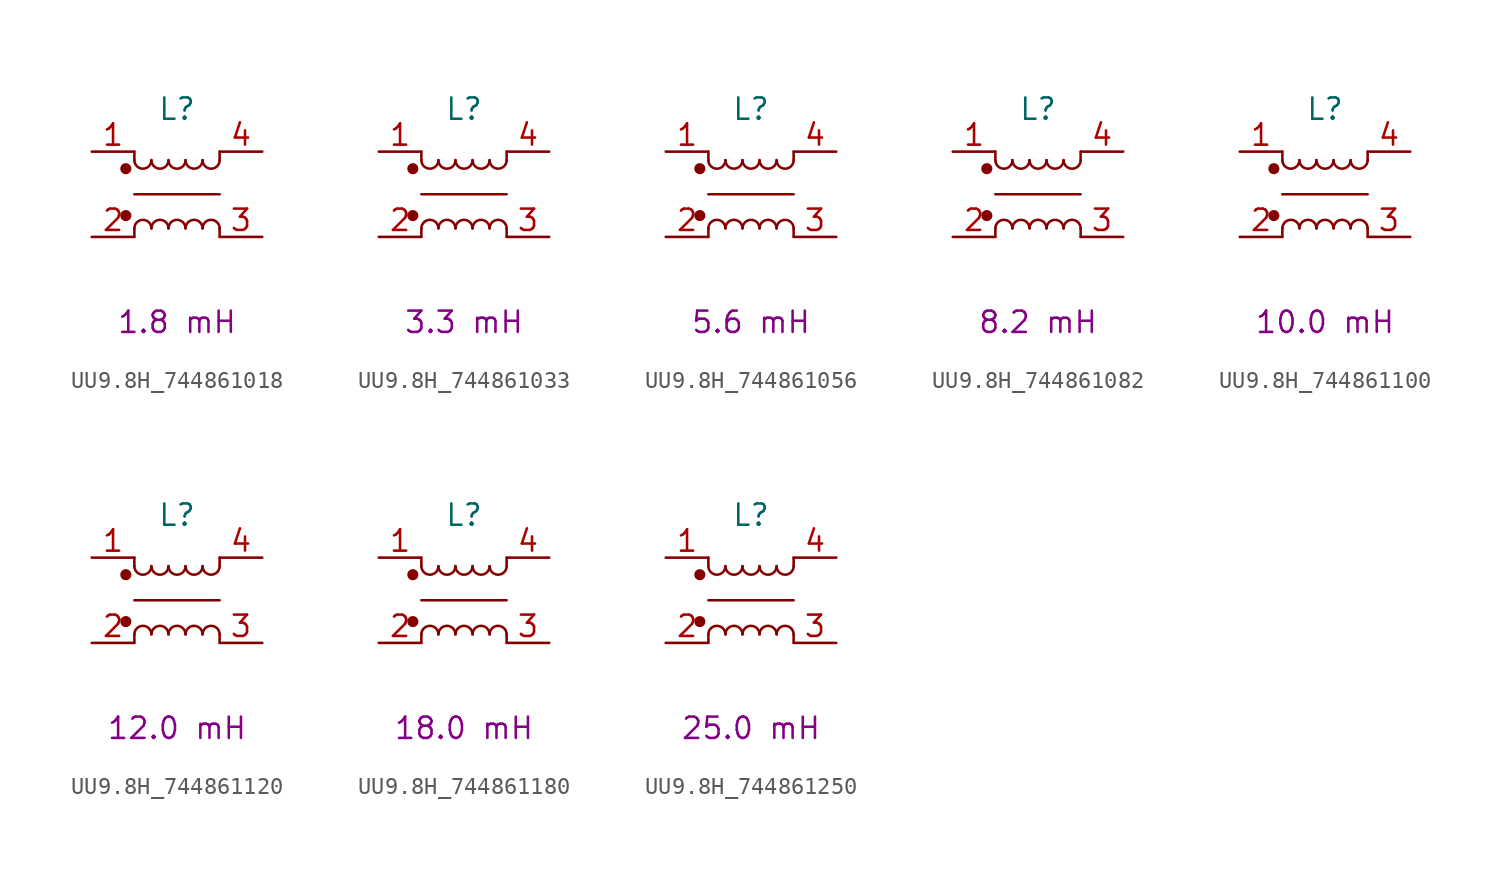
<source format=kicad_sym>
(kicad_symbol_lib
  (version 20220914)
  (generator kicad_symbol_editor)
  (symbol "UU9.8H_744861018"
    (pin_names hide)
    (property "Reference" "L"
      (at 0 5.08 0)
      (effects (font (size 1.27 1.27))))
    (property "Critical Parameter" "1.8 mH"
      (at 0 -7.62 0)
      (effects (font (size 1.27 1.27))))
    (symbol "UU9.8H_744861018_0_1"
      (circle (center -3.048 -1.27) (radius 0.254) (stroke (width 0) (type default)) (fill (type outline)))
      (circle (center -3.048 1.524) (radius 0.254) (stroke (width 0) (type default)) (fill (type outline)))
      (arc (start -2.54 2.032) (mid -2.032 1.5262) (end -1.524 2.032) (stroke (width 0) (type default)) (fill (type none)))
      (arc (start -1.524 -2.032) (mid -2.032 -1.5262) (end -2.54 -2.032) (stroke (width 0) (type default)) (fill (type none)))
      (arc (start -1.524 2.032) (mid -1.016 1.5262) (end -0.508 2.032) (stroke (width 0) (type default)) (fill (type none)))
      (arc (start -0.508 -2.032) (mid -1.016 -1.5262) (end -1.524 -2.032) (stroke (width 0) (type default)) (fill (type none)))
      (arc (start -0.508 2.032) (mid 0 1.5262) (end 0.508 2.032) (stroke (width 0) (type default)) (fill (type none)))
      (polyline (pts (xy -2.54 -2.032) (xy -2.54 -2.54)) (stroke (width 0) (type default)) (fill (type none)))
      (polyline (pts (xy -2.54 2.032) (xy -2.54 2.54)) (stroke (width 0) (type default)) (fill (type none)))
      (polyline (pts (xy 2.54 -2.032) (xy 2.54 -2.54)) (stroke (width 0) (type default)) (fill (type none)))
      (polyline (pts (xy 2.54 0) (xy -2.54 0)) (stroke (width 0) (type default)) (fill (type none)))
      (polyline (pts (xy 2.54 2.54) (xy 2.54 2.032)) (stroke (width 0) (type default)) (fill (type none)))
      (arc (start 0.508 -2.032) (mid 0 -1.5262) (end -0.508 -2.032) (stroke (width 0) (type default)) (fill (type none)))
      (arc (start 0.508 2.032) (mid 1.016 1.5262) (end 1.524 2.032) (stroke (width 0) (type default)) (fill (type none)))
      (arc (start 1.524 -2.032) (mid 1.016 -1.5262) (end 0.508 -2.032) (stroke (width 0) (type default)) (fill (type none)))
      (arc (start 1.524 2.032) (mid 2.032 1.5262) (end 2.54 2.032) (stroke (width 0) (type default)) (fill (type none)))
      (arc (start 2.54 -2.032) (mid 2.032 -1.5262) (end 1.524 -2.032) (stroke (width 0) (type default)) (fill (type none))))
    (symbol "UU9.8H_744861018_1_1"
      (pin passive line (at -5.08 2.54 0) (length 2.54) (name "1" (effects (font (size 1.27 1.27)))) (number "1" (effects (font (size 1.27 1.27)))))
      (pin passive line (at -5.08 -2.54 0) (length 2.54) (name "2" (effects (font (size 1.27 1.27)))) (number "2" (effects (font (size 1.27 1.27)))))
      (pin passive line (at 5.08 -2.54 180) (length 2.54) (name "3" (effects (font (size 1.27 1.27)))) (number "3" (effects (font (size 1.27 1.27)))))
      (pin passive line (at 5.08 2.54 180) (length 2.54) (name "4" (effects (font (size 1.27 1.27)))) (number "4" (effects (font (size 1.27 1.27)))))))
  (symbol "UU9.8H_744861033"
    (pin_names hide)
    (property "Reference" "L"
      (at 0 5.08 0)
      (effects (font (size 1.27 1.27))))
    (property "Critical Parameter" "3.3 mH"
      (at 0 -7.62 0)
      (effects (font (size 1.27 1.27))))
    (symbol "UU9.8H_744861033_0_1"
      (circle (center -3.048 -1.27) (radius 0.254) (stroke (width 0) (type default)) (fill (type outline)))
      (circle (center -3.048 1.524) (radius 0.254) (stroke (width 0) (type default)) (fill (type outline)))
      (arc (start -2.54 2.032) (mid -2.032 1.5262) (end -1.524 2.032) (stroke (width 0) (type default)) (fill (type none)))
      (arc (start -1.524 -2.032) (mid -2.032 -1.5262) (end -2.54 -2.032) (stroke (width 0) (type default)) (fill (type none)))
      (arc (start -1.524 2.032) (mid -1.016 1.5262) (end -0.508 2.032) (stroke (width 0) (type default)) (fill (type none)))
      (arc (start -0.508 -2.032) (mid -1.016 -1.5262) (end -1.524 -2.032) (stroke (width 0) (type default)) (fill (type none)))
      (arc (start -0.508 2.032) (mid 0 1.5262) (end 0.508 2.032) (stroke (width 0) (type default)) (fill (type none)))
      (polyline (pts (xy -2.54 -2.032) (xy -2.54 -2.54)) (stroke (width 0) (type default)) (fill (type none)))
      (polyline (pts (xy -2.54 2.032) (xy -2.54 2.54)) (stroke (width 0) (type default)) (fill (type none)))
      (polyline (pts (xy 2.54 -2.032) (xy 2.54 -2.54)) (stroke (width 0) (type default)) (fill (type none)))
      (polyline (pts (xy 2.54 0) (xy -2.54 0)) (stroke (width 0) (type default)) (fill (type none)))
      (polyline (pts (xy 2.54 2.54) (xy 2.54 2.032)) (stroke (width 0) (type default)) (fill (type none)))
      (arc (start 0.508 -2.032) (mid 0 -1.5262) (end -0.508 -2.032) (stroke (width 0) (type default)) (fill (type none)))
      (arc (start 0.508 2.032) (mid 1.016 1.5262) (end 1.524 2.032) (stroke (width 0) (type default)) (fill (type none)))
      (arc (start 1.524 -2.032) (mid 1.016 -1.5262) (end 0.508 -2.032) (stroke (width 0) (type default)) (fill (type none)))
      (arc (start 1.524 2.032) (mid 2.032 1.5262) (end 2.54 2.032) (stroke (width 0) (type default)) (fill (type none)))
      (arc (start 2.54 -2.032) (mid 2.032 -1.5262) (end 1.524 -2.032) (stroke (width 0) (type default)) (fill (type none))))
    (symbol "UU9.8H_744861033_1_1"
      (pin passive line (at -5.08 2.54 0) (length 2.54) (name "1" (effects (font (size 1.27 1.27)))) (number "1" (effects (font (size 1.27 1.27)))))
      (pin passive line (at -5.08 -2.54 0) (length 2.54) (name "2" (effects (font (size 1.27 1.27)))) (number "2" (effects (font (size 1.27 1.27)))))
      (pin passive line (at 5.08 -2.54 180) (length 2.54) (name "3" (effects (font (size 1.27 1.27)))) (number "3" (effects (font (size 1.27 1.27)))))
      (pin passive line (at 5.08 2.54 180) (length 2.54) (name "4" (effects (font (size 1.27 1.27)))) (number "4" (effects (font (size 1.27 1.27)))))))
  (symbol "UU9.8H_744861056"
    (pin_names hide)
    (property "Reference" "L"
      (at 0 5.08 0)
      (effects (font (size 1.27 1.27))))
    (property "Critical Parameter" "5.6 mH"
      (at 0 -7.62 0)
      (effects (font (size 1.27 1.27))))
    (symbol "UU9.8H_744861056_0_1"
      (circle (center -3.048 -1.27) (radius 0.254) (stroke (width 0) (type default)) (fill (type outline)))
      (circle (center -3.048 1.524) (radius 0.254) (stroke (width 0) (type default)) (fill (type outline)))
      (arc (start -2.54 2.032) (mid -2.032 1.5262) (end -1.524 2.032) (stroke (width 0) (type default)) (fill (type none)))
      (arc (start -1.524 -2.032) (mid -2.032 -1.5262) (end -2.54 -2.032) (stroke (width 0) (type default)) (fill (type none)))
      (arc (start -1.524 2.032) (mid -1.016 1.5262) (end -0.508 2.032) (stroke (width 0) (type default)) (fill (type none)))
      (arc (start -0.508 -2.032) (mid -1.016 -1.5262) (end -1.524 -2.032) (stroke (width 0) (type default)) (fill (type none)))
      (arc (start -0.508 2.032) (mid 0 1.5262) (end 0.508 2.032) (stroke (width 0) (type default)) (fill (type none)))
      (polyline (pts (xy -2.54 -2.032) (xy -2.54 -2.54)) (stroke (width 0) (type default)) (fill (type none)))
      (polyline (pts (xy -2.54 2.032) (xy -2.54 2.54)) (stroke (width 0) (type default)) (fill (type none)))
      (polyline (pts (xy 2.54 -2.032) (xy 2.54 -2.54)) (stroke (width 0) (type default)) (fill (type none)))
      (polyline (pts (xy 2.54 0) (xy -2.54 0)) (stroke (width 0) (type default)) (fill (type none)))
      (polyline (pts (xy 2.54 2.54) (xy 2.54 2.032)) (stroke (width 0) (type default)) (fill (type none)))
      (arc (start 0.508 -2.032) (mid 0 -1.5262) (end -0.508 -2.032) (stroke (width 0) (type default)) (fill (type none)))
      (arc (start 0.508 2.032) (mid 1.016 1.5262) (end 1.524 2.032) (stroke (width 0) (type default)) (fill (type none)))
      (arc (start 1.524 -2.032) (mid 1.016 -1.5262) (end 0.508 -2.032) (stroke (width 0) (type default)) (fill (type none)))
      (arc (start 1.524 2.032) (mid 2.032 1.5262) (end 2.54 2.032) (stroke (width 0) (type default)) (fill (type none)))
      (arc (start 2.54 -2.032) (mid 2.032 -1.5262) (end 1.524 -2.032) (stroke (width 0) (type default)) (fill (type none))))
    (symbol "UU9.8H_744861056_1_1"
      (pin passive line (at -5.08 2.54 0) (length 2.54) (name "1" (effects (font (size 1.27 1.27)))) (number "1" (effects (font (size 1.27 1.27)))))
      (pin passive line (at -5.08 -2.54 0) (length 2.54) (name "2" (effects (font (size 1.27 1.27)))) (number "2" (effects (font (size 1.27 1.27)))))
      (pin passive line (at 5.08 -2.54 180) (length 2.54) (name "3" (effects (font (size 1.27 1.27)))) (number "3" (effects (font (size 1.27 1.27)))))
      (pin passive line (at 5.08 2.54 180) (length 2.54) (name "4" (effects (font (size 1.27 1.27)))) (number "4" (effects (font (size 1.27 1.27)))))))
  (symbol "UU9.8H_744861082"
    (pin_names hide)
    (property "Reference" "L"
      (at 0 5.08 0)
      (effects (font (size 1.27 1.27))))
    (property "Critical Parameter" "8.2 mH"
      (at 0 -7.62 0)
      (effects (font (size 1.27 1.27))))
    (symbol "UU9.8H_744861082_0_1"
      (circle (center -3.048 -1.27) (radius 0.254) (stroke (width 0) (type default)) (fill (type outline)))
      (circle (center -3.048 1.524) (radius 0.254) (stroke (width 0) (type default)) (fill (type outline)))
      (arc (start -2.54 2.032) (mid -2.032 1.5262) (end -1.524 2.032) (stroke (width 0) (type default)) (fill (type none)))
      (arc (start -1.524 -2.032) (mid -2.032 -1.5262) (end -2.54 -2.032) (stroke (width 0) (type default)) (fill (type none)))
      (arc (start -1.524 2.032) (mid -1.016 1.5262) (end -0.508 2.032) (stroke (width 0) (type default)) (fill (type none)))
      (arc (start -0.508 -2.032) (mid -1.016 -1.5262) (end -1.524 -2.032) (stroke (width 0) (type default)) (fill (type none)))
      (arc (start -0.508 2.032) (mid 0 1.5262) (end 0.508 2.032) (stroke (width 0) (type default)) (fill (type none)))
      (polyline (pts (xy -2.54 -2.032) (xy -2.54 -2.54)) (stroke (width 0) (type default)) (fill (type none)))
      (polyline (pts (xy -2.54 2.032) (xy -2.54 2.54)) (stroke (width 0) (type default)) (fill (type none)))
      (polyline (pts (xy 2.54 -2.032) (xy 2.54 -2.54)) (stroke (width 0) (type default)) (fill (type none)))
      (polyline (pts (xy 2.54 0) (xy -2.54 0)) (stroke (width 0) (type default)) (fill (type none)))
      (polyline (pts (xy 2.54 2.54) (xy 2.54 2.032)) (stroke (width 0) (type default)) (fill (type none)))
      (arc (start 0.508 -2.032) (mid 0 -1.5262) (end -0.508 -2.032) (stroke (width 0) (type default)) (fill (type none)))
      (arc (start 0.508 2.032) (mid 1.016 1.5262) (end 1.524 2.032) (stroke (width 0) (type default)) (fill (type none)))
      (arc (start 1.524 -2.032) (mid 1.016 -1.5262) (end 0.508 -2.032) (stroke (width 0) (type default)) (fill (type none)))
      (arc (start 1.524 2.032) (mid 2.032 1.5262) (end 2.54 2.032) (stroke (width 0) (type default)) (fill (type none)))
      (arc (start 2.54 -2.032) (mid 2.032 -1.5262) (end 1.524 -2.032) (stroke (width 0) (type default)) (fill (type none))))
    (symbol "UU9.8H_744861082_1_1"
      (pin passive line (at -5.08 2.54 0) (length 2.54) (name "1" (effects (font (size 1.27 1.27)))) (number "1" (effects (font (size 1.27 1.27)))))
      (pin passive line (at -5.08 -2.54 0) (length 2.54) (name "2" (effects (font (size 1.27 1.27)))) (number "2" (effects (font (size 1.27 1.27)))))
      (pin passive line (at 5.08 -2.54 180) (length 2.54) (name "3" (effects (font (size 1.27 1.27)))) (number "3" (effects (font (size 1.27 1.27)))))
      (pin passive line (at 5.08 2.54 180) (length 2.54) (name "4" (effects (font (size 1.27 1.27)))) (number "4" (effects (font (size 1.27 1.27)))))))
  (symbol "UU9.8H_744861100"
    (pin_names hide)
    (property "Reference" "L"
      (at 0 5.08 0)
      (effects (font (size 1.27 1.27))))
    (property "Critical Parameter" "10.0 mH"
      (at 0 -7.62 0)
      (effects (font (size 1.27 1.27))))
    (symbol "UU9.8H_744861100_0_1"
      (circle (center -3.048 -1.27) (radius 0.254) (stroke (width 0) (type default)) (fill (type outline)))
      (circle (center -3.048 1.524) (radius 0.254) (stroke (width 0) (type default)) (fill (type outline)))
      (arc (start -2.54 2.032) (mid -2.032 1.5262) (end -1.524 2.032) (stroke (width 0) (type default)) (fill (type none)))
      (arc (start -1.524 -2.032) (mid -2.032 -1.5262) (end -2.54 -2.032) (stroke (width 0) (type default)) (fill (type none)))
      (arc (start -1.524 2.032) (mid -1.016 1.5262) (end -0.508 2.032) (stroke (width 0) (type default)) (fill (type none)))
      (arc (start -0.508 -2.032) (mid -1.016 -1.5262) (end -1.524 -2.032) (stroke (width 0) (type default)) (fill (type none)))
      (arc (start -0.508 2.032) (mid 0 1.5262) (end 0.508 2.032) (stroke (width 0) (type default)) (fill (type none)))
      (polyline (pts (xy -2.54 -2.032) (xy -2.54 -2.54)) (stroke (width 0) (type default)) (fill (type none)))
      (polyline (pts (xy -2.54 2.032) (xy -2.54 2.54)) (stroke (width 0) (type default)) (fill (type none)))
      (polyline (pts (xy 2.54 -2.032) (xy 2.54 -2.54)) (stroke (width 0) (type default)) (fill (type none)))
      (polyline (pts (xy 2.54 0) (xy -2.54 0)) (stroke (width 0) (type default)) (fill (type none)))
      (polyline (pts (xy 2.54 2.54) (xy 2.54 2.032)) (stroke (width 0) (type default)) (fill (type none)))
      (arc (start 0.508 -2.032) (mid 0 -1.5262) (end -0.508 -2.032) (stroke (width 0) (type default)) (fill (type none)))
      (arc (start 0.508 2.032) (mid 1.016 1.5262) (end 1.524 2.032) (stroke (width 0) (type default)) (fill (type none)))
      (arc (start 1.524 -2.032) (mid 1.016 -1.5262) (end 0.508 -2.032) (stroke (width 0) (type default)) (fill (type none)))
      (arc (start 1.524 2.032) (mid 2.032 1.5262) (end 2.54 2.032) (stroke (width 0) (type default)) (fill (type none)))
      (arc (start 2.54 -2.032) (mid 2.032 -1.5262) (end 1.524 -2.032) (stroke (width 0) (type default)) (fill (type none))))
    (symbol "UU9.8H_744861100_1_1"
      (pin passive line (at -5.08 2.54 0) (length 2.54) (name "1" (effects (font (size 1.27 1.27)))) (number "1" (effects (font (size 1.27 1.27)))))
      (pin passive line (at -5.08 -2.54 0) (length 2.54) (name "2" (effects (font (size 1.27 1.27)))) (number "2" (effects (font (size 1.27 1.27)))))
      (pin passive line (at 5.08 -2.54 180) (length 2.54) (name "3" (effects (font (size 1.27 1.27)))) (number "3" (effects (font (size 1.27 1.27)))))
      (pin passive line (at 5.08 2.54 180) (length 2.54) (name "4" (effects (font (size 1.27 1.27)))) (number "4" (effects (font (size 1.27 1.27)))))))
  (symbol "UU9.8H_744861120"
    (pin_names hide)
    (property "Reference" "L"
      (at 0 5.08 0)
      (effects (font (size 1.27 1.27))))
    (property "Critical Parameter" "12.0 mH"
      (at 0 -7.62 0)
      (effects (font (size 1.27 1.27))))
    (symbol "UU9.8H_744861120_0_1"
      (circle (center -3.048 -1.27) (radius 0.254) (stroke (width 0) (type default)) (fill (type outline)))
      (circle (center -3.048 1.524) (radius 0.254) (stroke (width 0) (type default)) (fill (type outline)))
      (arc (start -2.54 2.032) (mid -2.032 1.5262) (end -1.524 2.032) (stroke (width 0) (type default)) (fill (type none)))
      (arc (start -1.524 -2.032) (mid -2.032 -1.5262) (end -2.54 -2.032) (stroke (width 0) (type default)) (fill (type none)))
      (arc (start -1.524 2.032) (mid -1.016 1.5262) (end -0.508 2.032) (stroke (width 0) (type default)) (fill (type none)))
      (arc (start -0.508 -2.032) (mid -1.016 -1.5262) (end -1.524 -2.032) (stroke (width 0) (type default)) (fill (type none)))
      (arc (start -0.508 2.032) (mid 0 1.5262) (end 0.508 2.032) (stroke (width 0) (type default)) (fill (type none)))
      (polyline (pts (xy -2.54 -2.032) (xy -2.54 -2.54)) (stroke (width 0) (type default)) (fill (type none)))
      (polyline (pts (xy -2.54 2.032) (xy -2.54 2.54)) (stroke (width 0) (type default)) (fill (type none)))
      (polyline (pts (xy 2.54 -2.032) (xy 2.54 -2.54)) (stroke (width 0) (type default)) (fill (type none)))
      (polyline (pts (xy 2.54 0) (xy -2.54 0)) (stroke (width 0) (type default)) (fill (type none)))
      (polyline (pts (xy 2.54 2.54) (xy 2.54 2.032)) (stroke (width 0) (type default)) (fill (type none)))
      (arc (start 0.508 -2.032) (mid 0 -1.5262) (end -0.508 -2.032) (stroke (width 0) (type default)) (fill (type none)))
      (arc (start 0.508 2.032) (mid 1.016 1.5262) (end 1.524 2.032) (stroke (width 0) (type default)) (fill (type none)))
      (arc (start 1.524 -2.032) (mid 1.016 -1.5262) (end 0.508 -2.032) (stroke (width 0) (type default)) (fill (type none)))
      (arc (start 1.524 2.032) (mid 2.032 1.5262) (end 2.54 2.032) (stroke (width 0) (type default)) (fill (type none)))
      (arc (start 2.54 -2.032) (mid 2.032 -1.5262) (end 1.524 -2.032) (stroke (width 0) (type default)) (fill (type none))))
    (symbol "UU9.8H_744861120_1_1"
      (pin passive line (at -5.08 2.54 0) (length 2.54) (name "1" (effects (font (size 1.27 1.27)))) (number "1" (effects (font (size 1.27 1.27)))))
      (pin passive line (at -5.08 -2.54 0) (length 2.54) (name "2" (effects (font (size 1.27 1.27)))) (number "2" (effects (font (size 1.27 1.27)))))
      (pin passive line (at 5.08 -2.54 180) (length 2.54) (name "3" (effects (font (size 1.27 1.27)))) (number "3" (effects (font (size 1.27 1.27)))))
      (pin passive line (at 5.08 2.54 180) (length 2.54) (name "4" (effects (font (size 1.27 1.27)))) (number "4" (effects (font (size 1.27 1.27)))))))
  (symbol "UU9.8H_744861180"
    (pin_names hide)
    (property "Reference" "L"
      (at 0 5.08 0)
      (effects (font (size 1.27 1.27))))
    (property "Critical Parameter" "18.0 mH"
      (at 0 -7.62 0)
      (effects (font (size 1.27 1.27))))
    (symbol "UU9.8H_744861180_0_1"
      (circle (center -3.048 -1.27) (radius 0.254) (stroke (width 0) (type default)) (fill (type outline)))
      (circle (center -3.048 1.524) (radius 0.254) (stroke (width 0) (type default)) (fill (type outline)))
      (arc (start -2.54 2.032) (mid -2.032 1.5262) (end -1.524 2.032) (stroke (width 0) (type default)) (fill (type none)))
      (arc (start -1.524 -2.032) (mid -2.032 -1.5262) (end -2.54 -2.032) (stroke (width 0) (type default)) (fill (type none)))
      (arc (start -1.524 2.032) (mid -1.016 1.5262) (end -0.508 2.032) (stroke (width 0) (type default)) (fill (type none)))
      (arc (start -0.508 -2.032) (mid -1.016 -1.5262) (end -1.524 -2.032) (stroke (width 0) (type default)) (fill (type none)))
      (arc (start -0.508 2.032) (mid 0 1.5262) (end 0.508 2.032) (stroke (width 0) (type default)) (fill (type none)))
      (polyline (pts (xy -2.54 -2.032) (xy -2.54 -2.54)) (stroke (width 0) (type default)) (fill (type none)))
      (polyline (pts (xy -2.54 2.032) (xy -2.54 2.54)) (stroke (width 0) (type default)) (fill (type none)))
      (polyline (pts (xy 2.54 -2.032) (xy 2.54 -2.54)) (stroke (width 0) (type default)) (fill (type none)))
      (polyline (pts (xy 2.54 0) (xy -2.54 0)) (stroke (width 0) (type default)) (fill (type none)))
      (polyline (pts (xy 2.54 2.54) (xy 2.54 2.032)) (stroke (width 0) (type default)) (fill (type none)))
      (arc (start 0.508 -2.032) (mid 0 -1.5262) (end -0.508 -2.032) (stroke (width 0) (type default)) (fill (type none)))
      (arc (start 0.508 2.032) (mid 1.016 1.5262) (end 1.524 2.032) (stroke (width 0) (type default)) (fill (type none)))
      (arc (start 1.524 -2.032) (mid 1.016 -1.5262) (end 0.508 -2.032) (stroke (width 0) (type default)) (fill (type none)))
      (arc (start 1.524 2.032) (mid 2.032 1.5262) (end 2.54 2.032) (stroke (width 0) (type default)) (fill (type none)))
      (arc (start 2.54 -2.032) (mid 2.032 -1.5262) (end 1.524 -2.032) (stroke (width 0) (type default)) (fill (type none))))
    (symbol "UU9.8H_744861180_1_1"
      (pin passive line (at -5.08 2.54 0) (length 2.54) (name "1" (effects (font (size 1.27 1.27)))) (number "1" (effects (font (size 1.27 1.27)))))
      (pin passive line (at -5.08 -2.54 0) (length 2.54) (name "2" (effects (font (size 1.27 1.27)))) (number "2" (effects (font (size 1.27 1.27)))))
      (pin passive line (at 5.08 -2.54 180) (length 2.54) (name "3" (effects (font (size 1.27 1.27)))) (number "3" (effects (font (size 1.27 1.27)))))
      (pin passive line (at 5.08 2.54 180) (length 2.54) (name "4" (effects (font (size 1.27 1.27)))) (number "4" (effects (font (size 1.27 1.27)))))))
  (symbol "UU9.8H_744861250"
    (pin_names hide)
    (property "Reference" "L"
      (at 0 5.08 0)
      (effects (font (size 1.27 1.27))))
    (property "Critical Parameter" "25.0 mH"
      (at 0 -7.62 0)
      (effects (font (size 1.27 1.27))))
    (symbol "UU9.8H_744861250_0_1"
      (circle (center -3.048 -1.27) (radius 0.254) (stroke (width 0) (type default)) (fill (type outline)))
      (circle (center -3.048 1.524) (radius 0.254) (stroke (width 0) (type default)) (fill (type outline)))
      (arc (start -2.54 2.032) (mid -2.032 1.5262) (end -1.524 2.032) (stroke (width 0) (type default)) (fill (type none)))
      (arc (start -1.524 -2.032) (mid -2.032 -1.5262) (end -2.54 -2.032) (stroke (width 0) (type default)) (fill (type none)))
      (arc (start -1.524 2.032) (mid -1.016 1.5262) (end -0.508 2.032) (stroke (width 0) (type default)) (fill (type none)))
      (arc (start -0.508 -2.032) (mid -1.016 -1.5262) (end -1.524 -2.032) (stroke (width 0) (type default)) (fill (type none)))
      (arc (start -0.508 2.032) (mid 0 1.5262) (end 0.508 2.032) (stroke (width 0) (type default)) (fill (type none)))
      (polyline (pts (xy -2.54 -2.032) (xy -2.54 -2.54)) (stroke (width 0) (type default)) (fill (type none)))
      (polyline (pts (xy -2.54 2.032) (xy -2.54 2.54)) (stroke (width 0) (type default)) (fill (type none)))
      (polyline (pts (xy 2.54 -2.032) (xy 2.54 -2.54)) (stroke (width 0) (type default)) (fill (type none)))
      (polyline (pts (xy 2.54 0) (xy -2.54 0)) (stroke (width 0) (type default)) (fill (type none)))
      (polyline (pts (xy 2.54 2.54) (xy 2.54 2.032)) (stroke (width 0) (type default)) (fill (type none)))
      (arc (start 0.508 -2.032) (mid 0 -1.5262) (end -0.508 -2.032) (stroke (width 0) (type default)) (fill (type none)))
      (arc (start 0.508 2.032) (mid 1.016 1.5262) (end 1.524 2.032) (stroke (width 0) (type default)) (fill (type none)))
      (arc (start 1.524 -2.032) (mid 1.016 -1.5262) (end 0.508 -2.032) (stroke (width 0) (type default)) (fill (type none)))
      (arc (start 1.524 2.032) (mid 2.032 1.5262) (end 2.54 2.032) (stroke (width 0) (type default)) (fill (type none)))
      (arc (start 2.54 -2.032) (mid 2.032 -1.5262) (end 1.524 -2.032) (stroke (width 0) (type default)) (fill (type none))))
    (symbol "UU9.8H_744861250_1_1"
      (pin passive line (at -5.08 2.54 0) (length 2.54) (name "1" (effects (font (size 1.27 1.27)))) (number "1" (effects (font (size 1.27 1.27)))))
      (pin passive line (at -5.08 -2.54 0) (length 2.54) (name "2" (effects (font (size 1.27 1.27)))) (number "2" (effects (font (size 1.27 1.27)))))
      (pin passive line (at 5.08 -2.54 180) (length 2.54) (name "3" (effects (font (size 1.27 1.27)))) (number "3" (effects (font (size 1.27 1.27)))))
      (pin passive line (at 5.08 2.54 180) (length 2.54) (name "4" (effects (font (size 1.27 1.27)))) (number "4" (effects (font (size 1.27 1.27))))))))
</source>
